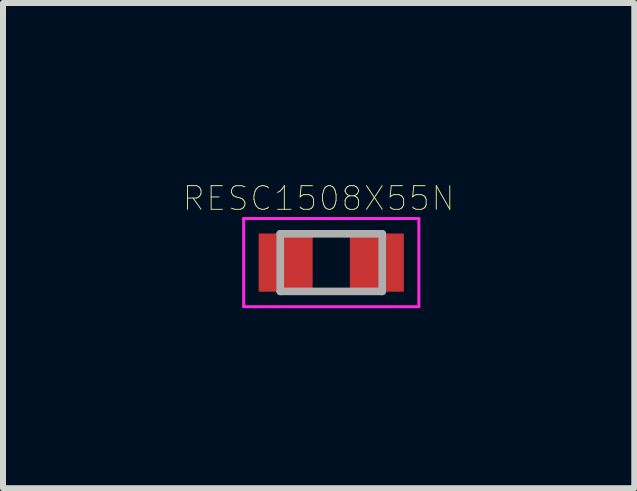
<source format=kicad_pcb>
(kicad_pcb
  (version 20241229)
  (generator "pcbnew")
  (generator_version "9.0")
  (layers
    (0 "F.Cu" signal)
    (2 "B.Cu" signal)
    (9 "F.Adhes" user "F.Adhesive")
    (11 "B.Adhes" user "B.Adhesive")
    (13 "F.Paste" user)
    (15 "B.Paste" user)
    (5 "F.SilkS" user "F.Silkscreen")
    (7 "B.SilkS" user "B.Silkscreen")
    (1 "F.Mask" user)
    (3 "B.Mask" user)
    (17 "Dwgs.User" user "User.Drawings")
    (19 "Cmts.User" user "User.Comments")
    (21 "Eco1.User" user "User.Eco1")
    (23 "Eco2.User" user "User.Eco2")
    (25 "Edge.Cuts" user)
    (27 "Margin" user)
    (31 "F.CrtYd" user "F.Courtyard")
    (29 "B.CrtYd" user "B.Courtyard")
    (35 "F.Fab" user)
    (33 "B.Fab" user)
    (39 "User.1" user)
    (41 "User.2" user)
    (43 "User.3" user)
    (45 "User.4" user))
  (footprint "RESC1508X55N"
    (layer "F.Cu")
    (at 2.471 1.327)
    (property "Reference" "RESC1508X55N" (at -0.21 -1.07 0) (layer "F.SilkS") (effects (font (size 0.394 0.394) (thickness 0.015))))
    (attr through_hole)
    (fp_line (start -1.46 -0.735) (end 1.46 -0.735) (stroke (width 0.05) (type solid)) (layer "F.CrtYd"))
    (fp_line (start -1.46 0.735) (end -1.46 -0.735) (stroke (width 0.05) (type solid)) (layer "F.CrtYd"))
    (fp_line (start -1.46 0.735) (end 1.46 0.735) (stroke (width 0.05) (type solid)) (layer "F.CrtYd"))
    (fp_line (start 1.46 0.735) (end 1.46 -0.735) (stroke (width 0.05) (type solid)) (layer "F.CrtYd"))
    (fp_line (start -0.85 0.48) (end -0.85 -0.48) (stroke (width 0.127) (type solid)) (layer "F.Fab"))
    (fp_line (start 0.85 -0.48) (end -0.85 -0.48) (stroke (width 0.127) (type solid)) (layer "F.Fab"))
    (fp_line (start 0.85 0.48) (end -0.85 0.48) (stroke (width 0.127) (type solid)) (layer "F.Fab"))
    (fp_line (start 0.85 0.48) (end 0.85 -0.48) (stroke (width 0.127) (type solid)) (layer "F.Fab"))
    (pad "1" smd rect (at -0.76 0) (size 0.9 0.97) (layers "F.Cu" "F.Mask" "F.Paste"))
    (pad "2" smd rect (at 0.76 0) (size 0.9 0.97) (layers "F.Cu" "F.Mask" "F.Paste")))
  (gr_rect
    (start -3 -3)
    (end 7.522 5.087)
    (stroke (width 0.1) (type default))
    (fill no)
    (layer "Edge.Cuts")))
</source>
